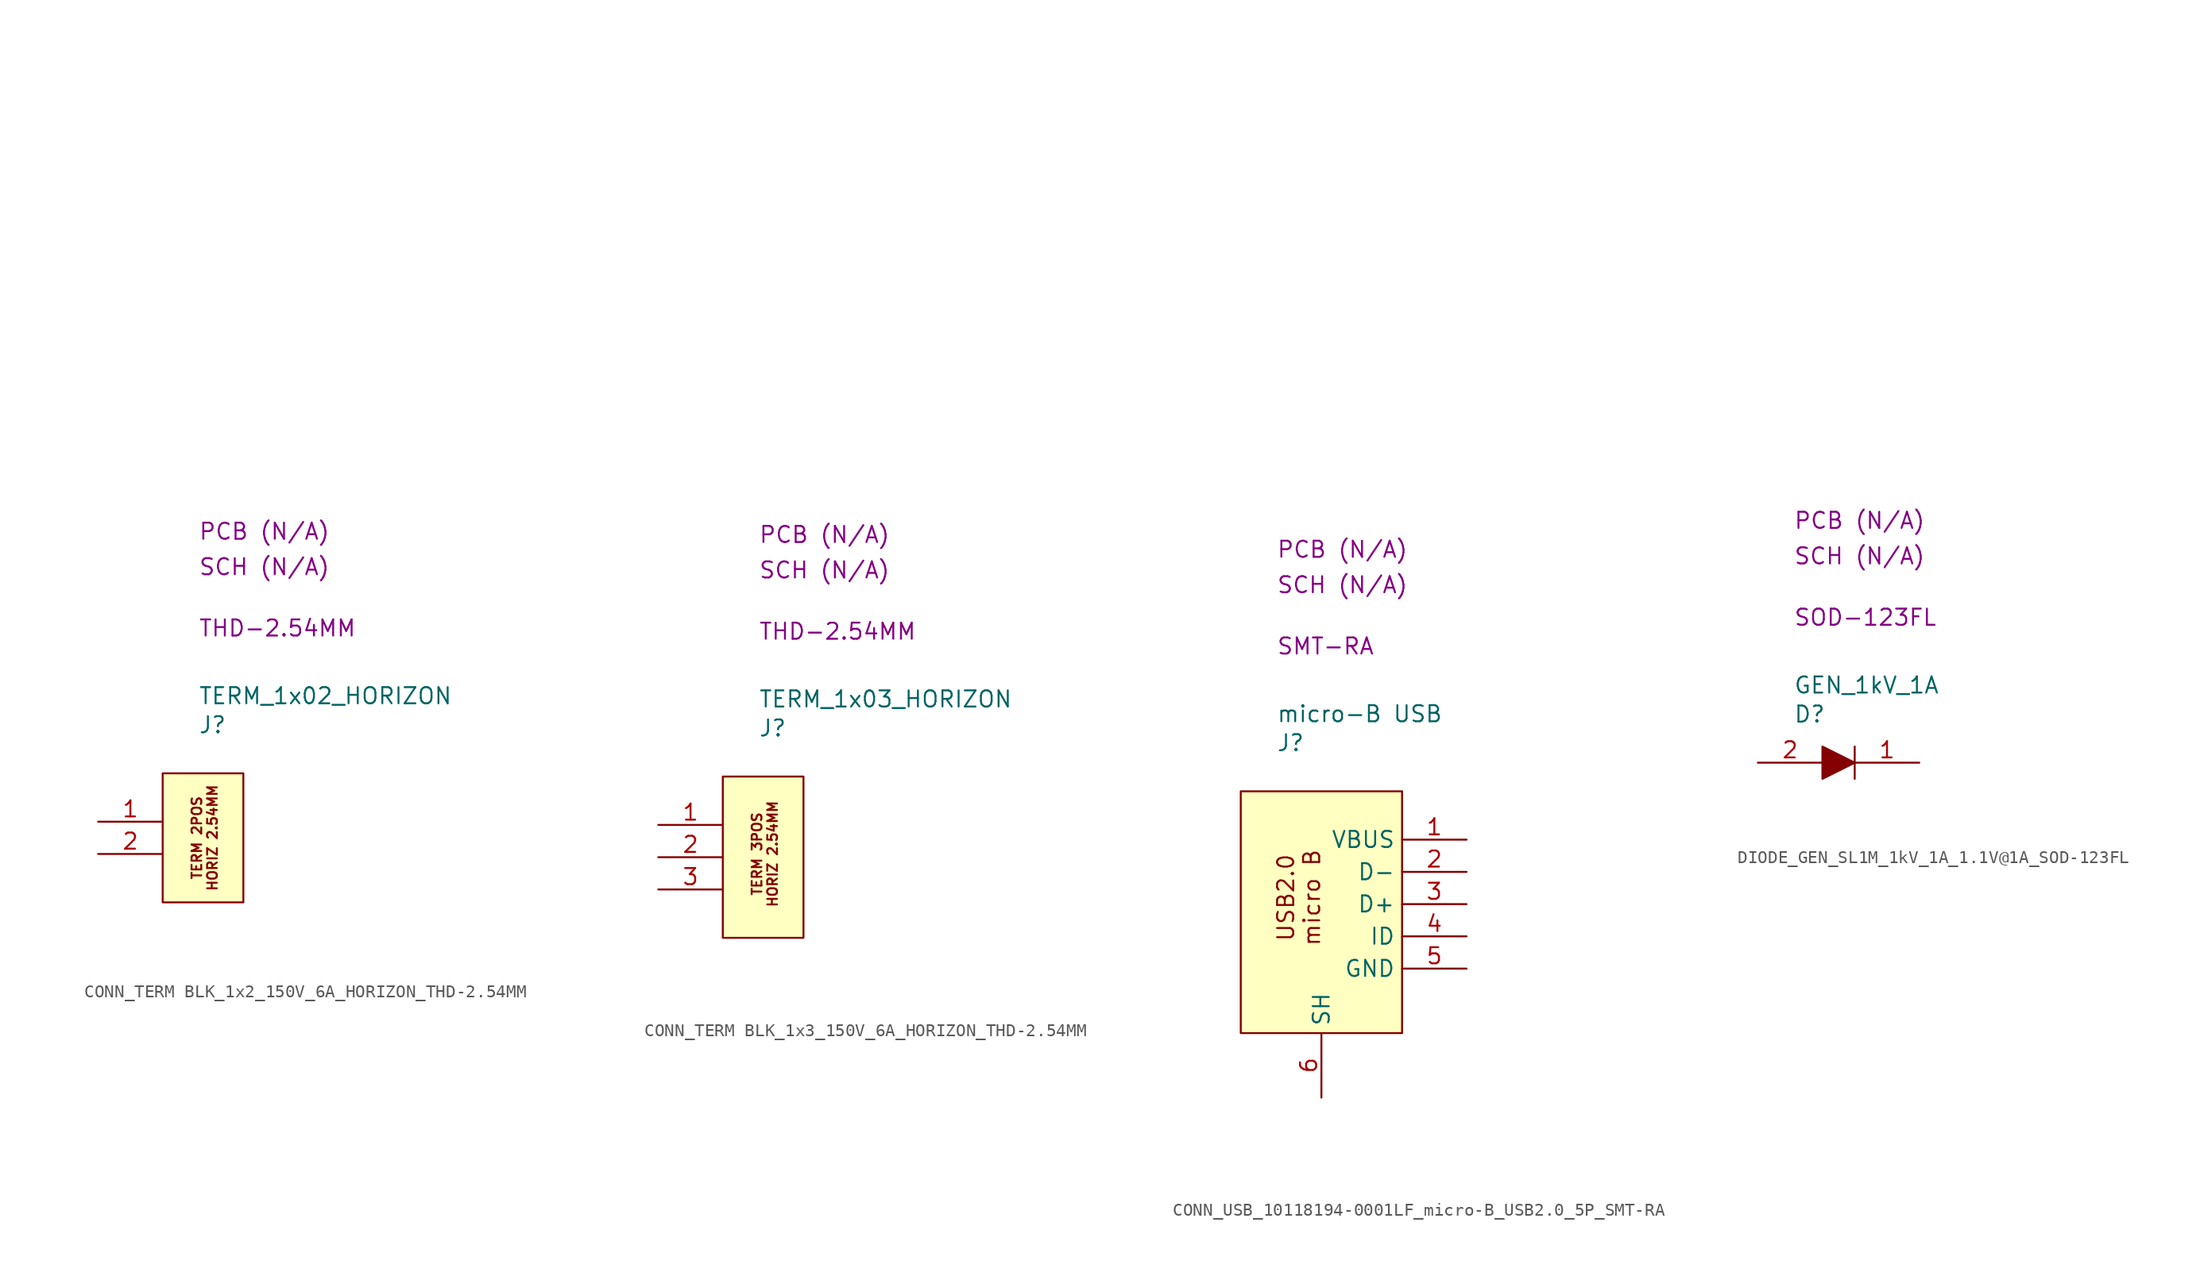
<source format=kicad_sym>
(kicad_symbol_lib
  (version 20231120)
  (generator "kicad_symbol_editor")
  (generator_version "8.0")
  (symbol "CONN_TERM BLK_1x2_150V_6A_HORIZON_THD-2.54MM"
    (property "Reference" "J"
      (at 2.794 3.81 0)
      (effects (font (size 1.27 1.27)) (justify left)))
    (property "Value" "TERM_1x02_HORIZON"
      (at 2.794 6.096 0)
      (effects (font (size 1.27 1.27)) (justify left)))
    (property "Package" "THD-2.54MM"
      (at 2.794 11.43 0)
      (effects (font (size 1.27 1.27)) (justify left)))
    (property "SCH CHECK" "SCH (N/A)"
      (at 2.794 16.256 0)
      (effects (font (size 1.27 1.27)) (justify left)))
    (property "PCB CHECk" "PCB (N/A)"
      (at 2.794 19.05 0)
      (effects (font (size 1.27 1.27)) (justify left)))
    (symbol "CONN_TERM BLK_1x2_150V_6A_HORIZON_THD-2.54MM_0_1"
      (polyline private (pts (xy 2.54 2.54) (xy 27.94 2.54)) (stroke (width 0) (type default)) (fill (type none)))
      (polyline private (pts (xy 2.54 5.08) (xy 27.94 5.08)) (stroke (width 0) (type default)) (fill (type none)))
      (polyline private (pts (xy 2.54 7.62) (xy 27.94 7.62)) (stroke (width 0) (type default)) (fill (type none)))
      (polyline private (pts (xy 2.54 10.16) (xy 27.94 10.16)) (stroke (width 0) (type default)) (fill (type none)))
      (polyline private (pts (xy 2.54 12.7) (xy 27.94 12.7)) (stroke (width 0) (type default)) (fill (type none)))
      (polyline private (pts (xy 2.54 15.24) (xy 27.94 15.24)) (stroke (width 0) (type default)) (fill (type none)))
      (polyline private (pts (xy 2.54 17.78) (xy 27.94 17.78)) (stroke (width 0) (type default)) (fill (type none)))
      (polyline private (pts (xy 2.54 20.32) (xy 27.94 20.32)) (stroke (width 0) (type default)) (fill (type none)))
      (polyline private (pts (xy 2.54 22.86) (xy 27.94 22.86)) (stroke (width 0) (type default)) (fill (type none)))
      (polyline private (pts (xy 2.54 25.4) (xy 27.94 25.4)) (stroke (width 0) (type default)) (fill (type none)))
      (polyline private (pts (xy 2.54 27.94) (xy 27.94 27.94)) (stroke (width 0) (type default)) (fill (type none)))
      (polyline private (pts (xy 2.54 30.48) (xy 27.94 30.48)) (stroke (width 0) (type default)) (fill (type none)))
      (polyline private (pts (xy 2.54 33.02) (xy 27.94 33.02)) (stroke (width 0) (type default)) (fill (type none)))
      (polyline private (pts (xy 2.54 35.56) (xy 27.94 35.56)) (stroke (width 0) (type default)) (fill (type none)))
      (polyline private (pts (xy 2.54 38.1) (xy 27.94 38.1)) (stroke (width 0) (type default)) (fill (type none)))
      (polyline private (pts (xy 2.54 40.64) (xy 27.94 40.64)) (stroke (width 0) (type default)) (fill (type none)))
      (polyline private (pts (xy 2.54 43.18) (xy 27.94 43.18)) (stroke (width 0) (type default)) (fill (type none)))
      (polyline private (pts (xy 2.54 45.72) (xy 27.94 45.72)) (stroke (width 0) (type default)) (fill (type none)))
      (polyline private (pts (xy 2.54 48.26) (xy 27.94 48.26)) (stroke (width 0) (type default)) (fill (type none)))
      (polyline private (pts (xy 2.54 50.8) (xy 27.94 50.8)) (stroke (width 0) (type default)) (fill (type none))))
    (symbol "CONN_TERM BLK_1x2_150V_6A_HORIZON_THD-2.54MM_1_1"
      (rectangle (start 0 0) (end 6.35 -10.16) (stroke (width 0) (type default)) (fill (type background)))
      (text "TERM 2POS\nHORIZ 2.54MM" (at 3.302 -5.08 900) (effects (font (size 0.762 0.762))))
      (pin passive line (at -5.08 -3.81 0) (length 5.08) (name "" (effects (font (size 1.27 1.27)))) (number "1" (effects (font (size 1.27 1.27)))))
      (pin passive line (at -5.08 -6.35 0) (length 5.08) (name "" (effects (font (size 1.27 1.27)))) (number "2" (effects (font (size 1.27 1.27)))))))
  (symbol "CONN_TERM BLK_1x3_150V_6A_HORIZON_THD-2.54MM"
    (property "Reference" "J"
      (at 2.794 3.81 0)
      (effects (font (size 1.27 1.27)) (justify left)))
    (property "Value" "TERM_1x03_HORIZON"
      (at 2.794 6.096 0)
      (effects (font (size 1.27 1.27)) (justify left)))
    (property "Package" "THD-2.54MM"
      (at 2.794 11.43 0)
      (effects (font (size 1.27 1.27)) (justify left)))
    (property "SCH CHECK" "SCH (N/A)"
      (at 2.794 16.256 0)
      (effects (font (size 1.27 1.27)) (justify left)))
    (property "PCB CHECk" "PCB (N/A)"
      (at 2.794 19.05 0)
      (effects (font (size 1.27 1.27)) (justify left)))
    (symbol "CONN_TERM BLK_1x3_150V_6A_HORIZON_THD-2.54MM_0_1"
      (polyline private (pts (xy 2.54 2.54) (xy 27.94 2.54)) (stroke (width 0) (type default)) (fill (type none)))
      (polyline private (pts (xy 2.54 5.08) (xy 27.94 5.08)) (stroke (width 0) (type default)) (fill (type none)))
      (polyline private (pts (xy 2.54 7.62) (xy 27.94 7.62)) (stroke (width 0) (type default)) (fill (type none)))
      (polyline private (pts (xy 2.54 10.16) (xy 27.94 10.16)) (stroke (width 0) (type default)) (fill (type none)))
      (polyline private (pts (xy 2.54 12.7) (xy 27.94 12.7)) (stroke (width 0) (type default)) (fill (type none)))
      (polyline private (pts (xy 2.54 15.24) (xy 27.94 15.24)) (stroke (width 0) (type default)) (fill (type none)))
      (polyline private (pts (xy 2.54 17.78) (xy 27.94 17.78)) (stroke (width 0) (type default)) (fill (type none)))
      (polyline private (pts (xy 2.54 20.32) (xy 27.94 20.32)) (stroke (width 0) (type default)) (fill (type none)))
      (polyline private (pts (xy 2.54 22.86) (xy 27.94 22.86)) (stroke (width 0) (type default)) (fill (type none)))
      (polyline private (pts (xy 2.54 25.4) (xy 27.94 25.4)) (stroke (width 0) (type default)) (fill (type none)))
      (polyline private (pts (xy 2.54 27.94) (xy 27.94 27.94)) (stroke (width 0) (type default)) (fill (type none)))
      (polyline private (pts (xy 2.54 30.48) (xy 27.94 30.48)) (stroke (width 0) (type default)) (fill (type none)))
      (polyline private (pts (xy 2.54 33.02) (xy 27.94 33.02)) (stroke (width 0) (type default)) (fill (type none)))
      (polyline private (pts (xy 2.54 35.56) (xy 27.94 35.56)) (stroke (width 0) (type default)) (fill (type none)))
      (polyline private (pts (xy 2.54 38.1) (xy 27.94 38.1)) (stroke (width 0) (type default)) (fill (type none)))
      (polyline private (pts (xy 2.54 40.64) (xy 27.94 40.64)) (stroke (width 0) (type default)) (fill (type none)))
      (polyline private (pts (xy 2.54 43.18) (xy 27.94 43.18)) (stroke (width 0) (type default)) (fill (type none)))
      (polyline private (pts (xy 2.54 45.72) (xy 27.94 45.72)) (stroke (width 0) (type default)) (fill (type none)))
      (polyline private (pts (xy 2.54 48.26) (xy 27.94 48.26)) (stroke (width 0) (type default)) (fill (type none)))
      (polyline private (pts (xy 2.54 50.8) (xy 27.94 50.8)) (stroke (width 0) (type default)) (fill (type none))))
    (symbol "CONN_TERM BLK_1x3_150V_6A_HORIZON_THD-2.54MM_1_1"
      (rectangle (start 0 0) (end 6.35 -12.7) (stroke (width 0) (type default)) (fill (type background)))
      (text "TERM 3POS\nHORIZ 2.54MM" (at 3.302 -6.096 900) (effects (font (size 0.762 0.762))))
      (pin passive line (at -5.08 -3.81 0) (length 5.08) (name "" (effects (font (size 1.27 1.27)))) (number "1" (effects (font (size 1.27 1.27)))))
      (pin passive line (at -5.08 -6.35 0) (length 5.08) (name "" (effects (font (size 1.27 1.27)))) (number "2" (effects (font (size 1.27 1.27)))))
      (pin passive line (at -5.08 -8.89 0) (length 5.08) (name "" (effects (font (size 1.27 1.27)))) (number "3" (effects (font (size 1.27 1.27)))))))
  (symbol "CONN_USB_10118194-0001LF_micro-B_USB2.0_5P_SMT-RA"
    (property "Reference" "J"
      (at 2.794 3.81 0)
      (effects (font (size 1.27 1.27)) (justify left)))
    (property "Value" "micro-B USB"
      (at 2.794 6.096 0)
      (effects (font (size 1.27 1.27)) (justify left)))
    (property "Package" "SMT-RA"
      (at 2.794 11.43 0)
      (effects (font (size 1.27 1.27)) (justify left)))
    (property "SCH CHECK" "SCH (N/A)"
      (at 2.794 16.256 0)
      (effects (font (size 1.27 1.27)) (justify left)))
    (property "PCB CHECk" "PCB (N/A)"
      (at 2.794 19.05 0)
      (effects (font (size 1.27 1.27)) (justify left)))
    (symbol "CONN_USB_10118194-0001LF_micro-B_USB2.0_5P_SMT-RA_0_1"
      (polyline private (pts (xy 2.54 2.54) (xy 27.94 2.54)) (stroke (width 0) (type default)) (fill (type none)))
      (polyline private (pts (xy 2.54 5.08) (xy 27.94 5.08)) (stroke (width 0) (type default)) (fill (type none)))
      (polyline private (pts (xy 2.54 7.62) (xy 27.94 7.62)) (stroke (width 0) (type default)) (fill (type none)))
      (polyline private (pts (xy 2.54 10.16) (xy 27.94 10.16)) (stroke (width 0) (type default)) (fill (type none)))
      (polyline private (pts (xy 2.54 12.7) (xy 27.94 12.7)) (stroke (width 0) (type default)) (fill (type none)))
      (polyline private (pts (xy 2.54 15.24) (xy 27.94 15.24)) (stroke (width 0) (type default)) (fill (type none)))
      (polyline private (pts (xy 2.54 17.78) (xy 27.94 17.78)) (stroke (width 0) (type default)) (fill (type none)))
      (polyline private (pts (xy 2.54 20.32) (xy 27.94 20.32)) (stroke (width 0) (type default)) (fill (type none)))
      (polyline private (pts (xy 2.54 22.86) (xy 27.94 22.86)) (stroke (width 0) (type default)) (fill (type none)))
      (polyline private (pts (xy 2.54 25.4) (xy 27.94 25.4)) (stroke (width 0) (type default)) (fill (type none)))
      (polyline private (pts (xy 2.54 27.94) (xy 27.94 27.94)) (stroke (width 0) (type default)) (fill (type none)))
      (polyline private (pts (xy 2.54 30.48) (xy 27.94 30.48)) (stroke (width 0) (type default)) (fill (type none)))
      (polyline private (pts (xy 2.54 33.02) (xy 27.94 33.02)) (stroke (width 0) (type default)) (fill (type none)))
      (polyline private (pts (xy 2.54 35.56) (xy 27.94 35.56)) (stroke (width 0) (type default)) (fill (type none)))
      (polyline private (pts (xy 2.54 38.1) (xy 27.94 38.1)) (stroke (width 0) (type default)) (fill (type none)))
      (polyline private (pts (xy 2.54 40.64) (xy 27.94 40.64)) (stroke (width 0) (type default)) (fill (type none)))
      (polyline private (pts (xy 2.54 43.18) (xy 27.94 43.18)) (stroke (width 0) (type default)) (fill (type none)))
      (polyline private (pts (xy 2.54 45.72) (xy 27.94 45.72)) (stroke (width 0) (type default)) (fill (type none)))
      (polyline private (pts (xy 2.54 48.26) (xy 27.94 48.26)) (stroke (width 0) (type default)) (fill (type none)))
      (polyline private (pts (xy 2.54 50.8) (xy 27.94 50.8)) (stroke (width 0) (type default)) (fill (type none)))
      (rectangle (start 0 0) (end 12.7 -19.05) (stroke (width 0) (type default)) (fill (type background))))
    (symbol "CONN_USB_10118194-0001LF_micro-B_USB2.0_5P_SMT-RA_1_1"
      (text "USB2.0\nmicro B" (at 4.572 -8.382 900) (effects (font (size 1.27 1.27))))
      (pin passive line (at 17.78 -3.81 180) (length 5.08) (name "VBUS" (effects (font (size 1.27 1.27)))) (number "1" (effects (font (size 1.27 1.27)))))
      (pin passive line (at 17.78 -6.35 180) (length 5.08) (name "D-" (effects (font (size 1.27 1.27)))) (number "2" (effects (font (size 1.27 1.27)))))
      (pin passive line (at 17.78 -8.89 180) (length 5.08) (name "D+" (effects (font (size 1.27 1.27)))) (number "3" (effects (font (size 1.27 1.27)))))
      (pin passive line (at 17.78 -11.43 180) (length 5.08) (name "ID" (effects (font (size 1.27 1.27)))) (number "4" (effects (font (size 1.27 1.27)))))
      (pin passive line (at 17.78 -13.97 180) (length 5.08) (name "GND" (effects (font (size 1.27 1.27)))) (number "5" (effects (font (size 1.27 1.27)))))
      (pin passive line (at 6.35 -24.13 90) (length 5.08) (name "SH" (effects (font (size 1.27 1.27)))) (number "6" (effects (font (size 1.27 1.27)))))))
  (symbol "DIODE_GEN_SL1M_1kV_1A_1.1V@1A_SOD-123FL"
    (property "Reference" "D"
      (at 2.794 3.81 0)
      (effects (font (size 1.27 1.27)) (justify left)))
    (property "Value" "GEN_1kV_1A"
      (at 2.794 6.096 0)
      (effects (font (size 1.27 1.27)) (justify left)))
    (property "Package" "SOD-123FL"
      (at 2.794 11.43 0)
      (effects (font (size 1.27 1.27)) (justify left)))
    (property "SCH CHECK" "SCH (N/A)"
      (at 2.794 16.256 0)
      (effects (font (size 1.27 1.27)) (justify left)))
    (property "PCB CHECk" "PCB (N/A)"
      (at 2.794 19.05 0)
      (effects (font (size 1.27 1.27)) (justify left)))
    (symbol "DIODE_GEN_SL1M_1kV_1A_1.1V@1A_SOD-123FL_0_1"
      (polyline private (pts (xy 2.54 2.54) (xy 27.94 2.54)) (stroke (width 0) (type default)) (fill (type none)))
      (polyline private (pts (xy 2.54 5.08) (xy 27.94 5.08)) (stroke (width 0) (type default)) (fill (type none)))
      (polyline private (pts (xy 2.54 7.62) (xy 27.94 7.62)) (stroke (width 0) (type default)) (fill (type none)))
      (polyline private (pts (xy 2.54 10.16) (xy 27.94 10.16)) (stroke (width 0) (type default)) (fill (type none)))
      (polyline private (pts (xy 2.54 12.7) (xy 27.94 12.7)) (stroke (width 0) (type default)) (fill (type none)))
      (polyline private (pts (xy 2.54 15.24) (xy 27.94 15.24)) (stroke (width 0) (type default)) (fill (type none)))
      (polyline private (pts (xy 2.54 17.78) (xy 27.94 17.78)) (stroke (width 0) (type default)) (fill (type none)))
      (polyline private (pts (xy 2.54 20.32) (xy 27.94 20.32)) (stroke (width 0) (type default)) (fill (type none)))
      (polyline private (pts (xy 2.54 22.86) (xy 27.94 22.86)) (stroke (width 0) (type default)) (fill (type none)))
      (polyline private (pts (xy 2.54 25.4) (xy 27.94 25.4)) (stroke (width 0) (type default)) (fill (type none)))
      (polyline private (pts (xy 2.54 27.94) (xy 27.94 27.94)) (stroke (width 0) (type default)) (fill (type none)))
      (polyline private (pts (xy 2.54 30.48) (xy 27.94 30.48)) (stroke (width 0) (type default)) (fill (type none)))
      (polyline private (pts (xy 2.54 33.02) (xy 27.94 33.02)) (stroke (width 0) (type default)) (fill (type none)))
      (polyline private (pts (xy 2.54 35.56) (xy 27.94 35.56)) (stroke (width 0) (type default)) (fill (type none)))
      (polyline private (pts (xy 2.54 38.1) (xy 27.94 38.1)) (stroke (width 0) (type default)) (fill (type none)))
      (polyline private (pts (xy 2.54 40.64) (xy 27.94 40.64)) (stroke (width 0) (type default)) (fill (type none)))
      (polyline private (pts (xy 2.54 43.18) (xy 27.94 43.18)) (stroke (width 0) (type default)) (fill (type none)))
      (polyline private (pts (xy 2.54 45.72) (xy 27.94 45.72)) (stroke (width 0) (type default)) (fill (type none)))
      (polyline private (pts (xy 2.54 48.26) (xy 27.94 48.26)) (stroke (width 0) (type default)) (fill (type none)))
      (polyline private (pts (xy 2.54 50.8) (xy 27.94 50.8)) (stroke (width 0) (type default)) (fill (type none)))
      (polyline (pts (xy 7.62 1.27) (xy 7.62 1.27) (xy 7.62 -1.27) (xy 7.62 -1.27)) (stroke (width 0) (type default)) (fill (type none))))
    (symbol "DIODE_GEN_SL1M_1kV_1A_1.1V@1A_SOD-123FL_1_1"
      (polyline (pts (xy 5.08 1.27) (xy 5.08 -1.27) (xy 7.62 0) (xy 5.08 1.27)) (stroke (width 0) (type default)) (fill (type outline)))
      (pin passive line (at 12.7 0 180) (length 5.08) (name "" (effects (font (size 1.27 1.27)))) (number "1" (effects (font (size 1.27 1.27)))))
      (pin passive line (at 0 0 0) (length 5.08) (name "" (effects (font (size 1.27 1.27)))) (number "2" (effects (font (size 1.27 1.27))))))))
</source>
